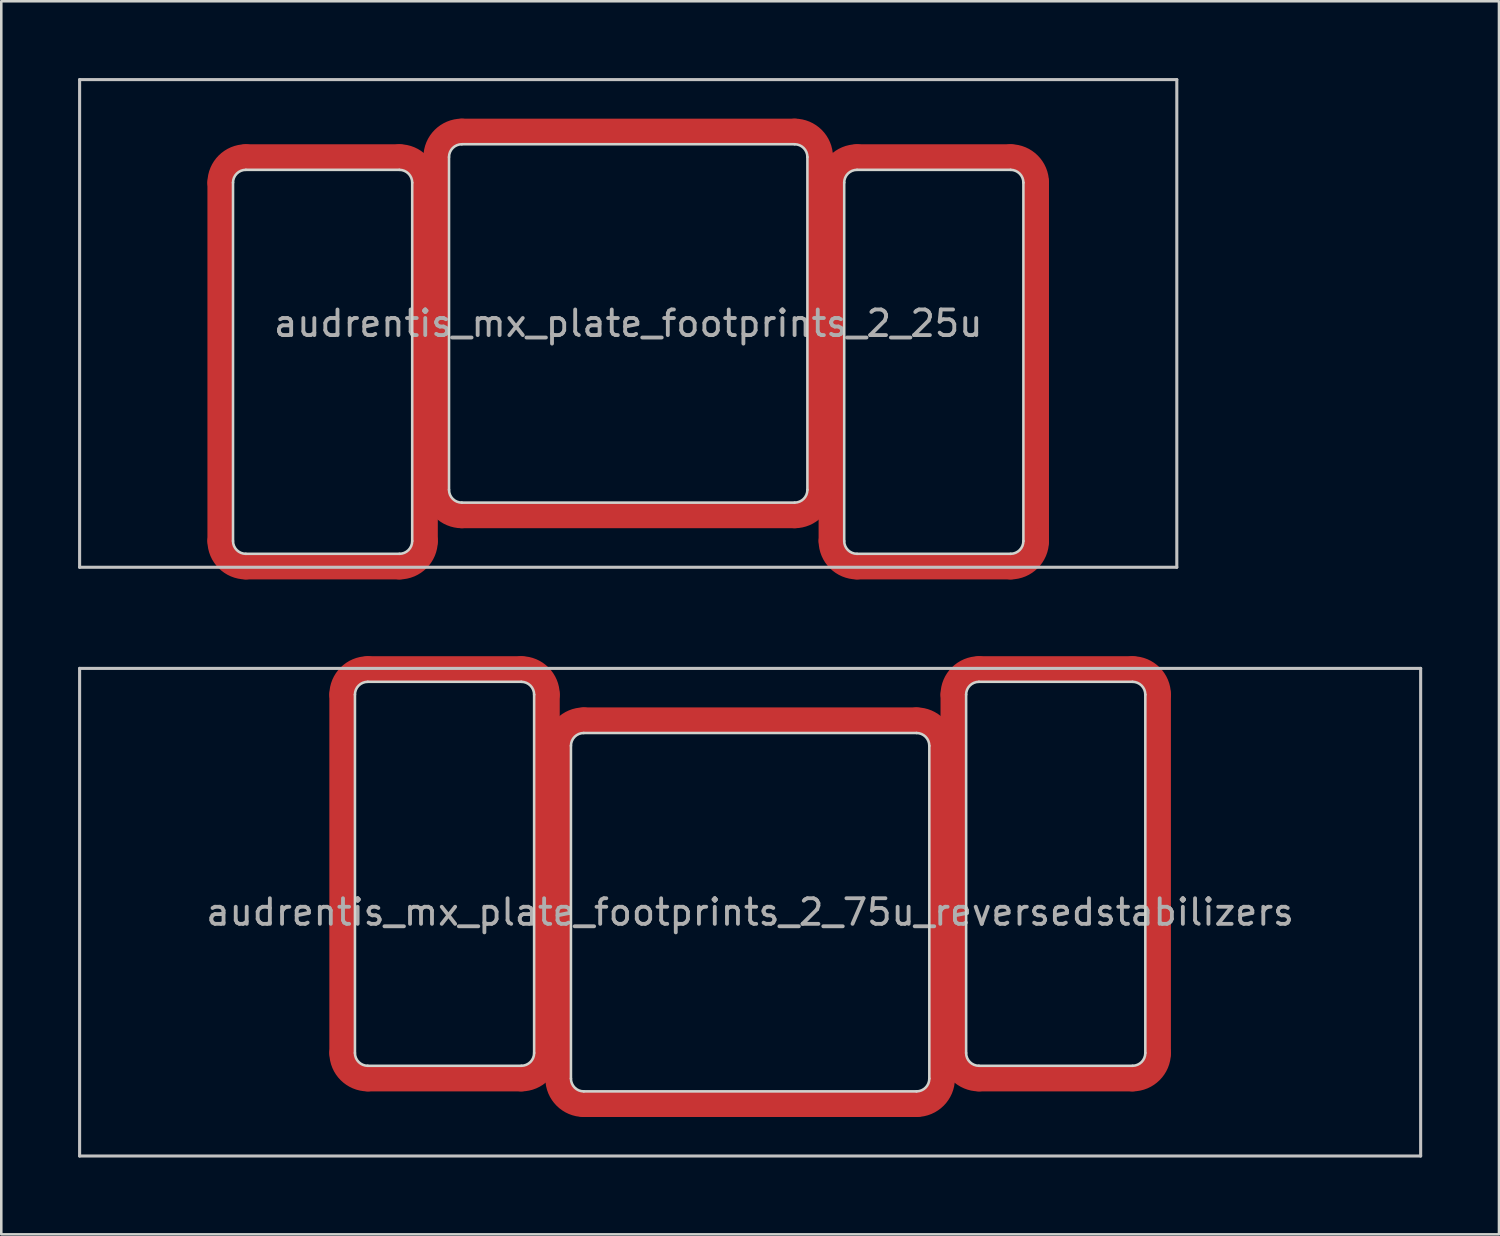
<source format=kicad_pcb>
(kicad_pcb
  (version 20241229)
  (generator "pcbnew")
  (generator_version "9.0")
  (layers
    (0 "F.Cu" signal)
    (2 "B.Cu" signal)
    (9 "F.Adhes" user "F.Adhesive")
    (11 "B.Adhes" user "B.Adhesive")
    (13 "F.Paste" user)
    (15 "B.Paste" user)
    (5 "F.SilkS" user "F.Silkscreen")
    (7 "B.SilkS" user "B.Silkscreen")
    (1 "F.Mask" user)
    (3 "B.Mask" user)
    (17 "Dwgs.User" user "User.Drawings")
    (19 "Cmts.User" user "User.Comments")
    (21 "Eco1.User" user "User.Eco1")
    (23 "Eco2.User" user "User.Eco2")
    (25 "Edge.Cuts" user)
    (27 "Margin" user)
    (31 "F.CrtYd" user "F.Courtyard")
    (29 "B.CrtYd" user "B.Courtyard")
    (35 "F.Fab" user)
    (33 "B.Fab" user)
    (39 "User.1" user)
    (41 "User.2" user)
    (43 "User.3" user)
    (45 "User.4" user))
  (footprint "audrentis_mx_plate_footprints_2_25u"
    (layer "F.Cu")
    (at 21.491 9.585)
    (property "Reference" "audrentis_mx_plate_footprints_2_25u" (at 0 0 0) (layer "F.Fab") (effects (font (size 1 1) (thickness 0.15))))
    (attr through_hole)
    (fp_line (start -15.938 -5.5) (end -15.938 8.5) (stroke (width 1) (type solid)) (layer "F.Cu"))
    (fp_line (start -14.938 9.5) (end -8.938 9.5) (stroke (width 1) (type solid)) (layer "F.Cu"))
    (fp_line (start -8.938 -6.5) (end -14.938 -6.5) (stroke (width 1) (type solid)) (layer "F.Cu"))
    (fp_line (start -7.938 8.5) (end -7.938 -5.5) (stroke (width 1) (type solid)) (layer "F.Cu"))
    (fp_line (start -7.5 -6.5) (end -7.5 6.5) (stroke (width 1) (type solid)) (layer "F.Cu"))
    (fp_line (start -6.5 7.5) (end 6.5 7.5) (stroke (width 1) (type solid)) (layer "F.Cu"))
    (fp_line (start 6.5 -7.5) (end -6.5 -7.5) (stroke (width 1) (type solid)) (layer "F.Cu"))
    (fp_line (start 7.5 6.5) (end 7.5 -6.5) (stroke (width 1) (type solid)) (layer "F.Cu"))
    (fp_line (start 7.938 -5.5) (end 7.938 8.5) (stroke (width 1) (type solid)) (layer "F.Cu"))
    (fp_line (start 8.938 9.5) (end 14.938 9.5) (stroke (width 1) (type solid)) (layer "F.Cu"))
    (fp_line (start 14.938 -6.5) (end 8.938 -6.5) (stroke (width 1) (type solid)) (layer "F.Cu"))
    (fp_line (start 15.938 8.5) (end 15.938 -5.5) (stroke (width 1) (type solid)) (layer "F.Cu"))
    (fp_arc (start -15.938 -5.499999) (mid -15.645107 -6.207106) (end -14.938 -6.499999) (stroke (width 1) (type solid)) (layer "F.Cu"))
    (fp_arc (start -14.938 9.5) (mid -15.645107 9.207107) (end -15.938 8.5) (stroke (width 1) (type solid)) (layer "F.Cu"))
    (fp_arc (start -8.937999 -6.499999) (mid -8.230892 -6.207106) (end -7.937999 -5.499999) (stroke (width 1) (type solid)) (layer "F.Cu"))
    (fp_arc (start -7.937999 8.5) (mid -8.230892 9.207107) (end -8.937999 9.5) (stroke (width 1) (type solid)) (layer "F.Cu"))
    (fp_arc (start -7.5 -6.5) (mid -7.207106 -7.207106) (end -6.499999 -7.499999) (stroke (width 1) (type solid)) (layer "F.Cu"))
    (fp_arc (start -6.5 7.500002) (mid -7.207107 7.207108) (end -7.5 6.5) (stroke (width 1) (type solid)) (layer "F.Cu"))
    (fp_arc (start 6.5 -7.499999) (mid 7.207107 -7.207106) (end 7.5 -6.499999) (stroke (width 1) (type solid)) (layer "F.Cu"))
    (fp_arc (start 7.5 6.500001) (mid 7.207107 7.207108) (end 6.5 7.500001) (stroke (width 1) (type solid)) (layer "F.Cu"))
    (fp_arc (start 7.938 -5.499999) (mid 8.230893 -6.207106) (end 8.938 -6.499999) (stroke (width 1) (type solid)) (layer "F.Cu"))
    (fp_arc (start 8.938 9.5) (mid 8.230893 9.207107) (end 7.938 8.5) (stroke (width 1) (type solid)) (layer "F.Cu"))
    (fp_arc (start 14.938 -6.499999) (mid 15.645107 -6.207106) (end 15.938 -5.499999) (stroke (width 1) (type solid)) (layer "F.Cu"))
    (fp_arc (start 15.937999 8.499999) (mid 15.645106 9.207106) (end 14.938 9.5) (stroke (width 1) (type solid)) (layer "F.Cu"))
    (fp_line (start -15.938 -5.5) (end -15.938 8.5) (stroke (width 1) (type solid)) (layer "F.Mask"))
    (fp_line (start -14.938 9.5) (end -8.938 9.5) (stroke (width 1) (type solid)) (layer "F.Mask"))
    (fp_line (start -8.938 -6.5) (end -14.938 -6.5) (stroke (width 1) (type solid)) (layer "F.Mask"))
    (fp_line (start -7.938 8.5) (end -7.938 -5.5) (stroke (width 1) (type solid)) (layer "F.Mask"))
    (fp_line (start -7.5 -6.5) (end -7.5 6.5) (stroke (width 1) (type solid)) (layer "F.Mask"))
    (fp_line (start -6.5 7.5) (end 6.5 7.5) (stroke (width 1) (type solid)) (layer "F.Mask"))
    (fp_line (start 6.5 -7.5) (end -6.5 -7.5) (stroke (width 1) (type solid)) (layer "F.Mask"))
    (fp_line (start 7.5 6.5) (end 7.5 -6.5) (stroke (width 1) (type solid)) (layer "F.Mask"))
    (fp_line (start 7.938 -5.5) (end 7.938 8.5) (stroke (width 1) (type solid)) (layer "F.Mask"))
    (fp_line (start 8.938 9.5) (end 14.938 9.5) (stroke (width 1) (type solid)) (layer "F.Mask"))
    (fp_line (start 14.938 -6.5) (end 8.938 -6.5) (stroke (width 1) (type solid)) (layer "F.Mask"))
    (fp_line (start 15.938 8.5) (end 15.938 -5.5) (stroke (width 1) (type solid)) (layer "F.Mask"))
    (fp_arc (start -15.938 -5.499999) (mid -15.645107 -6.207106) (end -14.938 -6.499999) (stroke (width 1) (type solid)) (layer "F.Mask"))
    (fp_arc (start -14.938 9.5) (mid -15.645107 9.207107) (end -15.938 8.5) (stroke (width 1) (type solid)) (layer "F.Mask"))
    (fp_arc (start -8.937999 -6.499999) (mid -8.230892 -6.207106) (end -7.937999 -5.499999) (stroke (width 1) (type solid)) (layer "F.Mask"))
    (fp_arc (start -7.937999 8.5) (mid -8.230892 9.207107) (end -8.937999 9.5) (stroke (width 1) (type solid)) (layer "F.Mask"))
    (fp_arc (start -7.5 -6.5) (mid -7.207106 -7.207106) (end -6.499999 -7.499999) (stroke (width 1) (type solid)) (layer "F.Mask"))
    (fp_arc (start -6.5 7.500002) (mid -7.207107 7.207108) (end -7.5 6.5) (stroke (width 1) (type solid)) (layer "F.Mask"))
    (fp_arc (start 6.5 -7.499999) (mid 7.207107 -7.207106) (end 7.5 -6.499999) (stroke (width 1) (type solid)) (layer "F.Mask"))
    (fp_arc (start 7.5 6.500001) (mid 7.207107 7.207108) (end 6.5 7.500001) (stroke (width 1) (type solid)) (layer "F.Mask"))
    (fp_arc (start 7.938 -5.499999) (mid 8.230893 -6.207106) (end 8.938 -6.499999) (stroke (width 1) (type solid)) (layer "F.Mask"))
    (fp_arc (start 8.938 9.5) (mid 8.230893 9.207107) (end 7.938 8.5) (stroke (width 1) (type solid)) (layer "F.Mask"))
    (fp_arc (start 14.938 -6.499999) (mid 15.645107 -6.207106) (end 15.938 -5.499999) (stroke (width 1) (type solid)) (layer "F.Mask"))
    (fp_arc (start 15.937999 8.499999) (mid 15.645106 9.207106) (end 14.938 9.5) (stroke (width 1) (type solid)) (layer "F.Mask"))
    (fp_line (start -21.431 -9.525) (end 21.431 -9.525) (stroke (width 0.12) (type solid)) (layer "Dwgs.User"))
    (fp_line (start -21.431 9.525) (end -21.431 -9.525) (stroke (width 0.12) (type solid)) (layer "Dwgs.User"))
    (fp_line (start -21.431 9.525) (end 21.431 9.525) (stroke (width 0.12) (type solid)) (layer "Dwgs.User"))
    (fp_line (start 21.431 -9.525) (end 21.431 9.525) (stroke (width 0.12) (type solid)) (layer "Dwgs.User"))
    (fp_line (start -15.438 8.5) (end -15.438 -5.5) (stroke (width 0.1) (type solid)) (layer "Edge.Cuts"))
    (fp_line (start -14.938 -6) (end -8.938 -6) (stroke (width 0.1) (type solid)) (layer "Edge.Cuts"))
    (fp_line (start -8.938 9) (end -14.938 9) (stroke (width 0.1) (type solid)) (layer "Edge.Cuts"))
    (fp_line (start -8.438 -5.5) (end -8.438 8.5) (stroke (width 0.1) (type solid)) (layer "Edge.Cuts"))
    (fp_line (start -7 -6.5) (end -7 6.5) (stroke (width 0.1) (type solid)) (layer "Edge.Cuts"))
    (fp_line (start -6.5 7) (end 6.5 7) (stroke (width 0.1) (type solid)) (layer "Edge.Cuts"))
    (fp_line (start 6.5 -7) (end -6.5 -7) (stroke (width 0.1) (type solid)) (layer "Edge.Cuts"))
    (fp_line (start 7 6.5) (end 7 -6.5) (stroke (width 0.1) (type solid)) (layer "Edge.Cuts"))
    (fp_line (start 8.438 8.5) (end 8.438 -5.5) (stroke (width 0.1) (type solid)) (layer "Edge.Cuts"))
    (fp_line (start 8.938 -6) (end 14.938 -6) (stroke (width 0.1) (type solid)) (layer "Edge.Cuts"))
    (fp_line (start 14.938 9) (end 8.938 9) (stroke (width 0.1) (type solid)) (layer "Edge.Cuts"))
    (fp_line (start 15.438 -5.5) (end 15.438 8.5) (stroke (width 0.1) (type solid)) (layer "Edge.Cuts"))
    (fp_arc (start -15.437999 -5.499998) (mid -15.291553 -5.853552) (end -14.938 -5.999999) (stroke (width 0.1) (type solid)) (layer "Edge.Cuts"))
    (fp_arc (start -14.938 9) (mid -15.291553 8.853553) (end -15.438 8.5) (stroke (width 0.1) (type solid)) (layer "Edge.Cuts"))
    (fp_arc (start -8.937999 -5.999999) (mid -8.584446 -5.853552) (end -8.437999 -5.499999) (stroke (width 0.1) (type solid)) (layer "Edge.Cuts"))
    (fp_arc (start -8.437999 8.5) (mid -8.584446 8.853553) (end -8.937999 9) (stroke (width 0.1) (type solid)) (layer "Edge.Cuts"))
    (fp_arc (start -7 -6.5) (mid -6.853553 -6.853553) (end -6.499999 -6.999999) (stroke (width 0.1) (type solid)) (layer "Edge.Cuts"))
    (fp_arc (start -6.5 7.000002) (mid -6.853554 6.853554) (end -7 6.5) (stroke (width 0.1) (type solid)) (layer "Edge.Cuts"))
    (fp_arc (start 6.5 -6.999999) (mid 6.853553 -6.853552) (end 7 -6.499999) (stroke (width 0.1) (type solid)) (layer "Edge.Cuts"))
    (fp_arc (start 7 6.500001) (mid 6.853553 6.853554) (end 6.5 7.000001) (stroke (width 0.1) (type solid)) (layer "Edge.Cuts"))
    (fp_arc (start 8.438 -5.499999) (mid 8.584447 -5.853552) (end 8.938 -5.999999) (stroke (width 0.1) (type solid)) (layer "Edge.Cuts"))
    (fp_arc (start 8.938 9) (mid 8.584447 8.853553) (end 8.438 8.5) (stroke (width 0.1) (type solid)) (layer "Edge.Cuts"))
    (fp_arc (start 14.938 -5.999999) (mid 15.291553 -5.853552) (end 15.438 -5.499999) (stroke (width 0.1) (type solid)) (layer "Edge.Cuts"))
    (fp_arc (start 15.437999 8.499999) (mid 15.291553 8.853553) (end 14.938 9) (stroke (width 0.1) (type solid)) (layer "Edge.Cuts")))
  (footprint "audrentis_mx_plate_footprints_2_75u_reversedstabilizers"
    (layer "F.Cu")
    (at 26.254 32.585)
    (property "Reference" "audrentis_mx_plate_footprints_2_75u_reversedstabilizers" (at 0 0 0) (layer "F.Fab") (effects (font (size 1 1) (thickness 0.15))))
    (attr through_hole)
    (fp_line (start -15.938 -8.5) (end -15.938 5.5) (stroke (width 1) (type solid)) (layer "F.Cu"))
    (fp_line (start -14.938 6.5) (end -8.938 6.5) (stroke (width 1) (type solid)) (layer "F.Cu"))
    (fp_line (start -8.938 -9.5) (end -14.938 -9.5) (stroke (width 1) (type solid)) (layer "F.Cu"))
    (fp_line (start -7.938 5.5) (end -7.938 -8.5) (stroke (width 1) (type solid)) (layer "F.Cu"))
    (fp_line (start -7.5 -6.5) (end -7.5 6.5) (stroke (width 1) (type solid)) (layer "F.Cu"))
    (fp_line (start -6.5 7.5) (end 6.5 7.5) (stroke (width 1) (type solid)) (layer "F.Cu"))
    (fp_line (start 6.5 -7.5) (end -6.5 -7.5) (stroke (width 1) (type solid)) (layer "F.Cu"))
    (fp_line (start 7.5 6.5) (end 7.5 -6.5) (stroke (width 1) (type solid)) (layer "F.Cu"))
    (fp_line (start 7.938 -8.5) (end 7.938 5.5) (stroke (width 1) (type solid)) (layer "F.Cu"))
    (fp_line (start 8.938 6.5) (end 14.938 6.5) (stroke (width 1) (type solid)) (layer "F.Cu"))
    (fp_line (start 14.938 -9.5) (end 8.938 -9.5) (stroke (width 1) (type solid)) (layer "F.Cu"))
    (fp_line (start 15.938 5.5) (end 15.938 -8.5) (stroke (width 1) (type solid)) (layer "F.Cu"))
    (fp_arc (start -15.938 -8.499999) (mid -15.645107 -9.207106) (end -14.938 -9.499999) (stroke (width 1) (type solid)) (layer "F.Cu"))
    (fp_arc (start -14.938 6.5) (mid -15.645107 6.207107) (end -15.938 5.5) (stroke (width 1) (type solid)) (layer "F.Cu"))
    (fp_arc (start -8.937999 -9.499999) (mid -8.230892 -9.207106) (end -7.937999 -8.499999) (stroke (width 1) (type solid)) (layer "F.Cu"))
    (fp_arc (start -7.937999 5.5) (mid -8.230892 6.207107) (end -8.937999 6.5) (stroke (width 1) (type solid)) (layer "F.Cu"))
    (fp_arc (start -7.5 -6.5) (mid -7.207106 -7.207106) (end -6.499999 -7.499999) (stroke (width 1) (type solid)) (layer "F.Cu"))
    (fp_arc (start -6.5 7.500002) (mid -7.207107 7.207108) (end -7.5 6.5) (stroke (width 1) (type solid)) (layer "F.Cu"))
    (fp_arc (start 6.5 -7.499999) (mid 7.207107 -7.207106) (end 7.5 -6.499999) (stroke (width 1) (type solid)) (layer "F.Cu"))
    (fp_arc (start 7.5 6.500001) (mid 7.207107 7.207108) (end 6.5 7.500001) (stroke (width 1) (type solid)) (layer "F.Cu"))
    (fp_arc (start 7.938 -8.499999) (mid 8.230893 -9.207106) (end 8.938 -9.499999) (stroke (width 1) (type solid)) (layer "F.Cu"))
    (fp_arc (start 8.938 6.5) (mid 8.230893 6.207107) (end 7.938 5.5) (stroke (width 1) (type solid)) (layer "F.Cu"))
    (fp_arc (start 14.938 -9.499999) (mid 15.645107 -9.207106) (end 15.938 -8.499999) (stroke (width 1) (type solid)) (layer "F.Cu"))
    (fp_arc (start 15.937999 5.499999) (mid 15.645106 6.207106) (end 14.938 6.5) (stroke (width 1) (type solid)) (layer "F.Cu"))
    (fp_line (start -15.938 -8.5) (end -15.938 5.5) (stroke (width 1) (type solid)) (layer "F.Mask"))
    (fp_line (start -14.938 6.5) (end -8.938 6.5) (stroke (width 1) (type solid)) (layer "F.Mask"))
    (fp_line (start -8.938 -9.5) (end -14.938 -9.5) (stroke (width 1) (type solid)) (layer "F.Mask"))
    (fp_line (start -7.938 5.5) (end -7.938 -8.5) (stroke (width 1) (type solid)) (layer "F.Mask"))
    (fp_line (start -7.5 -6.5) (end -7.5 6.5) (stroke (width 1) (type solid)) (layer "F.Mask"))
    (fp_line (start -6.5 7.5) (end 6.5 7.5) (stroke (width 1) (type solid)) (layer "F.Mask"))
    (fp_line (start 6.5 -7.5) (end -6.5 -7.5) (stroke (width 1) (type solid)) (layer "F.Mask"))
    (fp_line (start 7.5 6.5) (end 7.5 -6.5) (stroke (width 1) (type solid)) (layer "F.Mask"))
    (fp_line (start 7.938 -8.5) (end 7.938 5.5) (stroke (width 1) (type solid)) (layer "F.Mask"))
    (fp_line (start 8.938 6.5) (end 14.938 6.5) (stroke (width 1) (type solid)) (layer "F.Mask"))
    (fp_line (start 14.938 -9.5) (end 8.938 -9.5) (stroke (width 1) (type solid)) (layer "F.Mask"))
    (fp_line (start 15.938 5.5) (end 15.938 -8.5) (stroke (width 1) (type solid)) (layer "F.Mask"))
    (fp_arc (start -15.938 -8.499999) (mid -15.645107 -9.207106) (end -14.938 -9.499999) (stroke (width 1) (type solid)) (layer "F.Mask"))
    (fp_arc (start -14.938 6.5) (mid -15.645107 6.207107) (end -15.938 5.5) (stroke (width 1) (type solid)) (layer "F.Mask"))
    (fp_arc (start -8.937999 -9.499999) (mid -8.230892 -9.207106) (end -7.937999 -8.499999) (stroke (width 1) (type solid)) (layer "F.Mask"))
    (fp_arc (start -7.937999 5.5) (mid -8.230892 6.207107) (end -8.937999 6.5) (stroke (width 1) (type solid)) (layer "F.Mask"))
    (fp_arc (start -7.5 -6.5) (mid -7.207106 -7.207106) (end -6.499999 -7.499999) (stroke (width 1) (type solid)) (layer "F.Mask"))
    (fp_arc (start -6.5 7.500002) (mid -7.207107 7.207108) (end -7.5 6.5) (stroke (width 1) (type solid)) (layer "F.Mask"))
    (fp_arc (start 6.5 -7.499999) (mid 7.207107 -7.207106) (end 7.5 -6.499999) (stroke (width 1) (type solid)) (layer "F.Mask"))
    (fp_arc (start 7.5 6.500001) (mid 7.207107 7.207108) (end 6.5 7.500001) (stroke (width 1) (type solid)) (layer "F.Mask"))
    (fp_arc (start 7.938 -8.499999) (mid 8.230893 -9.207106) (end 8.938 -9.499999) (stroke (width 1) (type solid)) (layer "F.Mask"))
    (fp_arc (start 8.938 6.5) (mid 8.230893 6.207107) (end 7.938 5.5) (stroke (width 1) (type solid)) (layer "F.Mask"))
    (fp_arc (start 14.938 -9.499999) (mid 15.645107 -9.207106) (end 15.938 -8.499999) (stroke (width 1) (type solid)) (layer "F.Mask"))
    (fp_arc (start 15.937999 5.499999) (mid 15.645106 6.207106) (end 14.938 6.5) (stroke (width 1) (type solid)) (layer "F.Mask"))
    (fp_line (start -26.194 -9.525) (end -26.194 9.525) (stroke (width 0.12) (type solid)) (layer "Dwgs.User"))
    (fp_line (start -26.194 -9.525) (end 26.194 -9.525) (stroke (width 0.12) (type solid)) (layer "Dwgs.User"))
    (fp_line (start -26.194 9.525) (end 26.194 9.525) (stroke (width 0.12) (type solid)) (layer "Dwgs.User"))
    (fp_line (start 26.194 -9.525) (end 26.194 9.525) (stroke (width 0.12) (type solid)) (layer "Dwgs.User"))
    (fp_line (start -15.438 5.5) (end -15.438 -8.5) (stroke (width 0.1) (type solid)) (layer "Edge.Cuts"))
    (fp_line (start -14.938 -9) (end -8.938 -9) (stroke (width 0.1) (type solid)) (layer "Edge.Cuts"))
    (fp_line (start -8.938 6) (end -14.938 6) (stroke (width 0.1) (type solid)) (layer "Edge.Cuts"))
    (fp_line (start -8.438 -8.5) (end -8.438 5.5) (stroke (width 0.1) (type solid)) (layer "Edge.Cuts"))
    (fp_line (start -7 -6.5) (end -7 6.5) (stroke (width 0.1) (type solid)) (layer "Edge.Cuts"))
    (fp_line (start -6.5 7) (end 6.5 7) (stroke (width 0.1) (type solid)) (layer "Edge.Cuts"))
    (fp_line (start 6.5 -7) (end -6.5 -7) (stroke (width 0.1) (type solid)) (layer "Edge.Cuts"))
    (fp_line (start 7 6.5) (end 7 -6.5) (stroke (width 0.1) (type solid)) (layer "Edge.Cuts"))
    (fp_line (start 8.438 5.5) (end 8.438 -8.5) (stroke (width 0.1) (type solid)) (layer "Edge.Cuts"))
    (fp_line (start 8.938 -9) (end 14.938 -9) (stroke (width 0.1) (type solid)) (layer "Edge.Cuts"))
    (fp_line (start 14.938 6) (end 8.938 6) (stroke (width 0.1) (type solid)) (layer "Edge.Cuts"))
    (fp_line (start 15.438 -8.5) (end 15.438 5.5) (stroke (width 0.1) (type solid)) (layer "Edge.Cuts"))
    (fp_arc (start -15.437999 -8.499998) (mid -15.291553 -8.853552) (end -14.938 -8.999999) (stroke (width 0.1) (type solid)) (layer "Edge.Cuts"))
    (fp_arc (start -14.938 6) (mid -15.291553 5.853553) (end -15.438 5.5) (stroke (width 0.1) (type solid)) (layer "Edge.Cuts"))
    (fp_arc (start -8.937999 -8.999999) (mid -8.584446 -8.853552) (end -8.437999 -8.499999) (stroke (width 0.1) (type solid)) (layer "Edge.Cuts"))
    (fp_arc (start -8.437999 5.5) (mid -8.584446 5.853553) (end -8.937999 6) (stroke (width 0.1) (type solid)) (layer "Edge.Cuts"))
    (fp_arc (start -7 -6.5) (mid -6.853553 -6.853553) (end -6.499999 -6.999999) (stroke (width 0.1) (type solid)) (layer "Edge.Cuts"))
    (fp_arc (start -6.5 7.000002) (mid -6.853554 6.853554) (end -7 6.5) (stroke (width 0.1) (type solid)) (layer "Edge.Cuts"))
    (fp_arc (start 6.5 -6.999999) (mid 6.853553 -6.853552) (end 7 -6.499999) (stroke (width 0.1) (type solid)) (layer "Edge.Cuts"))
    (fp_arc (start 7 6.500001) (mid 6.853553 6.853554) (end 6.5 7.000001) (stroke (width 0.1) (type solid)) (layer "Edge.Cuts"))
    (fp_arc (start 8.438 -8.499999) (mid 8.584447 -8.853552) (end 8.938 -8.999999) (stroke (width 0.1) (type solid)) (layer "Edge.Cuts"))
    (fp_arc (start 8.938 6) (mid 8.584447 5.853553) (end 8.438 5.5) (stroke (width 0.1) (type solid)) (layer "Edge.Cuts"))
    (fp_arc (start 14.938 -8.999999) (mid 15.291553 -8.853552) (end 15.438 -8.499999) (stroke (width 0.1) (type solid)) (layer "Edge.Cuts"))
    (fp_arc (start 15.437999 5.499999) (mid 15.291553 5.853553) (end 14.938 6) (stroke (width 0.1) (type solid)) (layer "Edge.Cuts")))
  (gr_rect
    (start -3 -3)
    (end 55.508 45.17)
    (stroke (width 0.1) (type default))
    (fill no)
    (layer "Edge.Cuts")))
</source>
